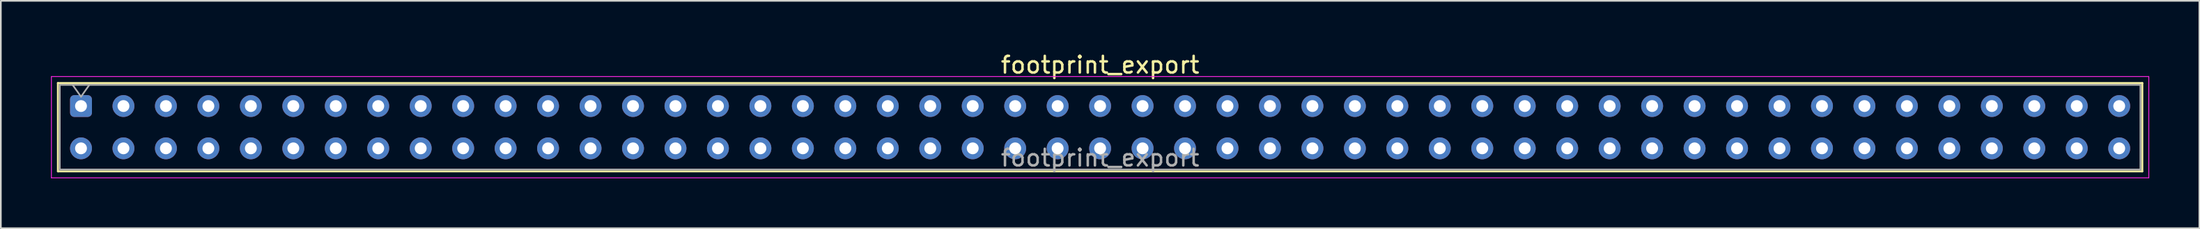
<source format=kicad_pcb>
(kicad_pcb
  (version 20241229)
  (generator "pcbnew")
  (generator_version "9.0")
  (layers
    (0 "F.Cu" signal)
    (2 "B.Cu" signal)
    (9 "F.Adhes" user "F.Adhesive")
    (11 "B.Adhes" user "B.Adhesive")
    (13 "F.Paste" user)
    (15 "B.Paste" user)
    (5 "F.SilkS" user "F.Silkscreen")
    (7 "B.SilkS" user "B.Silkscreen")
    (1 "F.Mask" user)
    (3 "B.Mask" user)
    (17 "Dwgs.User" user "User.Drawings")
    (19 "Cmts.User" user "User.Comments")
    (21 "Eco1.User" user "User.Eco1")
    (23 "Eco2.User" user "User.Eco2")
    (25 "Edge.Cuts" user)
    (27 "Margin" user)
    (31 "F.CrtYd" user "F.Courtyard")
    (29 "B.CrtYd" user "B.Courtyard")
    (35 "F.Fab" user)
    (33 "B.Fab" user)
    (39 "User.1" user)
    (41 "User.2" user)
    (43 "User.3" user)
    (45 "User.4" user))
  (footprint "footprint_export"
    (layer "F.Cu")
    (at 1.795 3.318)
    (property "Reference" "footprint_export" (at 60.96 -2.47 0) (layer "F.SilkS") (effects (font (size 1 1) (thickness 0.15))))
    (attr through_hole)
    (fp_line (start -1.38 -1.38) (end 123.3 -1.38) (stroke (width 0.12) (type solid)) (layer "F.SilkS"))
    (fp_line (start -1.38 3.92) (end -1.38 -1.38) (stroke (width 0.12) (type solid)) (layer "F.SilkS"))
    (fp_line (start 123.3 -1.38) (end 123.3 3.92) (stroke (width 0.12) (type solid)) (layer "F.SilkS"))
    (fp_line (start 123.3 3.92) (end -1.38 3.92) (stroke (width 0.12) (type solid)) (layer "F.SilkS"))
    (fp_line (start -1.77 -1.77) (end 123.69 -1.77) (stroke (width 0.05) (type solid)) (layer "F.CrtYd"))
    (fp_line (start -1.77 4.31) (end -1.77 -1.77) (stroke (width 0.05) (type solid)) (layer "F.CrtYd"))
    (fp_line (start 123.69 -1.77) (end 123.69 4.31) (stroke (width 0.05) (type solid)) (layer "F.CrtYd"))
    (fp_line (start 123.69 4.31) (end -1.77 4.31) (stroke (width 0.05) (type solid)) (layer "F.CrtYd"))
    (fp_line (start -1.27 -1.27) (end 123.19 -1.27) (stroke (width 0.1) (type solid)) (layer "F.Fab"))
    (fp_line (start -1.27 3.81) (end -1.27 -1.27) (stroke (width 0.1) (type solid)) (layer "F.Fab"))
    (fp_line (start -0.5 -1.27) (end 0 -0.563) (stroke (width 0.1) (type solid)) (layer "F.Fab"))
    (fp_line (start 0 -0.563) (end 0.5 -1.27) (stroke (width 0.1) (type solid)) (layer "F.Fab"))
    (fp_line (start 123.19 -1.27) (end 123.19 3.81) (stroke (width 0.1) (type solid)) (layer "F.Fab"))
    (fp_line (start 123.19 3.81) (end -1.27 3.81) (stroke (width 0.1) (type solid)) (layer "F.Fab"))
    (fp_text user "${REFERENCE}" (at 60.96 3.11 0) (layer "F.Fab") (effects (font (size 1 1) (thickness 0.15))))
    (pad "1" thru_hole roundrect (at 0 0) (size 1.31 1.31) (drill 0.71) (layers "*.Cu" "*.Mask") (roundrect_rratio 0.191))
    (pad "2" thru_hole circle (at 0 2.54) (size 1.31 1.31) (drill 0.71) (layers "*.Cu" "*.Mask"))
    (pad "3" thru_hole circle (at 2.54 0) (size 1.31 1.31) (drill 0.71) (layers "*.Cu" "*.Mask"))
    (pad "4" thru_hole circle (at 2.54 2.54) (size 1.31 1.31) (drill 0.71) (layers "*.Cu" "*.Mask"))
    (pad "5" thru_hole circle (at 5.08 0) (size 1.31 1.31) (drill 0.71) (layers "*.Cu" "*.Mask"))
    (pad "6" thru_hole circle (at 5.08 2.54) (size 1.31 1.31) (drill 0.71) (layers "*.Cu" "*.Mask"))
    (pad "7" thru_hole circle (at 7.62 0) (size 1.31 1.31) (drill 0.71) (layers "*.Cu" "*.Mask"))
    (pad "8" thru_hole circle (at 7.62 2.54) (size 1.31 1.31) (drill 0.71) (layers "*.Cu" "*.Mask"))
    (pad "9" thru_hole circle (at 10.16 0) (size 1.31 1.31) (drill 0.71) (layers "*.Cu" "*.Mask"))
    (pad "10" thru_hole circle (at 10.16 2.54) (size 1.31 1.31) (drill 0.71) (layers "*.Cu" "*.Mask"))
    (pad "11" thru_hole circle (at 12.7 0) (size 1.31 1.31) (drill 0.71) (layers "*.Cu" "*.Mask"))
    (pad "12" thru_hole circle (at 12.7 2.54) (size 1.31 1.31) (drill 0.71) (layers "*.Cu" "*.Mask"))
    (pad "13" thru_hole circle (at 15.24 0) (size 1.31 1.31) (drill 0.71) (layers "*.Cu" "*.Mask"))
    (pad "14" thru_hole circle (at 15.24 2.54) (size 1.31 1.31) (drill 0.71) (layers "*.Cu" "*.Mask"))
    (pad "15" thru_hole circle (at 17.78 0) (size 1.31 1.31) (drill 0.71) (layers "*.Cu" "*.Mask"))
    (pad "16" thru_hole circle (at 17.78 2.54) (size 1.31 1.31) (drill 0.71) (layers "*.Cu" "*.Mask"))
    (pad "17" thru_hole circle (at 20.32 0) (size 1.31 1.31) (drill 0.71) (layers "*.Cu" "*.Mask"))
    (pad "18" thru_hole circle (at 20.32 2.54) (size 1.31 1.31) (drill 0.71) (layers "*.Cu" "*.Mask"))
    (pad "19" thru_hole circle (at 22.86 0) (size 1.31 1.31) (drill 0.71) (layers "*.Cu" "*.Mask"))
    (pad "20" thru_hole circle (at 22.86 2.54) (size 1.31 1.31) (drill 0.71) (layers "*.Cu" "*.Mask"))
    (pad "21" thru_hole circle (at 25.4 0) (size 1.31 1.31) (drill 0.71) (layers "*.Cu" "*.Mask"))
    (pad "22" thru_hole circle (at 25.4 2.54) (size 1.31 1.31) (drill 0.71) (layers "*.Cu" "*.Mask"))
    (pad "23" thru_hole circle (at 27.94 0) (size 1.31 1.31) (drill 0.71) (layers "*.Cu" "*.Mask"))
    (pad "24" thru_hole circle (at 27.94 2.54) (size 1.31 1.31) (drill 0.71) (layers "*.Cu" "*.Mask"))
    (pad "25" thru_hole circle (at 30.48 0) (size 1.31 1.31) (drill 0.71) (layers "*.Cu" "*.Mask"))
    (pad "26" thru_hole circle (at 30.48 2.54) (size 1.31 1.31) (drill 0.71) (layers "*.Cu" "*.Mask"))
    (pad "27" thru_hole circle (at 33.02 0) (size 1.31 1.31) (drill 0.71) (layers "*.Cu" "*.Mask"))
    (pad "28" thru_hole circle (at 33.02 2.54) (size 1.31 1.31) (drill 0.71) (layers "*.Cu" "*.Mask"))
    (pad "29" thru_hole circle (at 35.56 0) (size 1.31 1.31) (drill 0.71) (layers "*.Cu" "*.Mask"))
    (pad "30" thru_hole circle (at 35.56 2.54) (size 1.31 1.31) (drill 0.71) (layers "*.Cu" "*.Mask"))
    (pad "31" thru_hole circle (at 38.1 0) (size 1.31 1.31) (drill 0.71) (layers "*.Cu" "*.Mask"))
    (pad "32" thru_hole circle (at 38.1 2.54) (size 1.31 1.31) (drill 0.71) (layers "*.Cu" "*.Mask"))
    (pad "33" thru_hole circle (at 40.64 0) (size 1.31 1.31) (drill 0.71) (layers "*.Cu" "*.Mask"))
    (pad "34" thru_hole circle (at 40.64 2.54) (size 1.31 1.31) (drill 0.71) (layers "*.Cu" "*.Mask"))
    (pad "35" thru_hole circle (at 43.18 0) (size 1.31 1.31) (drill 0.71) (layers "*.Cu" "*.Mask"))
    (pad "36" thru_hole circle (at 43.18 2.54) (size 1.31 1.31) (drill 0.71) (layers "*.Cu" "*.Mask"))
    (pad "37" thru_hole circle (at 45.72 0) (size 1.31 1.31) (drill 0.71) (layers "*.Cu" "*.Mask"))
    (pad "38" thru_hole circle (at 45.72 2.54) (size 1.31 1.31) (drill 0.71) (layers "*.Cu" "*.Mask"))
    (pad "39" thru_hole circle (at 48.26 0) (size 1.31 1.31) (drill 0.71) (layers "*.Cu" "*.Mask"))
    (pad "40" thru_hole circle (at 48.26 2.54) (size 1.31 1.31) (drill 0.71) (layers "*.Cu" "*.Mask"))
    (pad "41" thru_hole circle (at 50.8 0) (size 1.31 1.31) (drill 0.71) (layers "*.Cu" "*.Mask"))
    (pad "42" thru_hole circle (at 50.8 2.54) (size 1.31 1.31) (drill 0.71) (layers "*.Cu" "*.Mask"))
    (pad "43" thru_hole circle (at 53.34 0) (size 1.31 1.31) (drill 0.71) (layers "*.Cu" "*.Mask"))
    (pad "44" thru_hole circle (at 53.34 2.54) (size 1.31 1.31) (drill 0.71) (layers "*.Cu" "*.Mask"))
    (pad "45" thru_hole circle (at 55.88 0) (size 1.31 1.31) (drill 0.71) (layers "*.Cu" "*.Mask"))
    (pad "46" thru_hole circle (at 55.88 2.54) (size 1.31 1.31) (drill 0.71) (layers "*.Cu" "*.Mask"))
    (pad "47" thru_hole circle (at 58.42 0) (size 1.31 1.31) (drill 0.71) (layers "*.Cu" "*.Mask"))
    (pad "48" thru_hole circle (at 58.42 2.54) (size 1.31 1.31) (drill 0.71) (layers "*.Cu" "*.Mask"))
    (pad "49" thru_hole circle (at 60.96 0) (size 1.31 1.31) (drill 0.71) (layers "*.Cu" "*.Mask"))
    (pad "50" thru_hole circle (at 60.96 2.54) (size 1.31 1.31) (drill 0.71) (layers "*.Cu" "*.Mask"))
    (pad "51" thru_hole circle (at 63.5 0) (size 1.31 1.31) (drill 0.71) (layers "*.Cu" "*.Mask"))
    (pad "52" thru_hole circle (at 63.5 2.54) (size 1.31 1.31) (drill 0.71) (layers "*.Cu" "*.Mask"))
    (pad "53" thru_hole circle (at 66.04 0) (size 1.31 1.31) (drill 0.71) (layers "*.Cu" "*.Mask"))
    (pad "54" thru_hole circle (at 66.04 2.54) (size 1.31 1.31) (drill 0.71) (layers "*.Cu" "*.Mask"))
    (pad "55" thru_hole circle (at 68.58 0) (size 1.31 1.31) (drill 0.71) (layers "*.Cu" "*.Mask"))
    (pad "56" thru_hole circle (at 68.58 2.54) (size 1.31 1.31) (drill 0.71) (layers "*.Cu" "*.Mask"))
    (pad "57" thru_hole circle (at 71.12 0) (size 1.31 1.31) (drill 0.71) (layers "*.Cu" "*.Mask"))
    (pad "58" thru_hole circle (at 71.12 2.54) (size 1.31 1.31) (drill 0.71) (layers "*.Cu" "*.Mask"))
    (pad "59" thru_hole circle (at 73.66 0) (size 1.31 1.31) (drill 0.71) (layers "*.Cu" "*.Mask"))
    (pad "60" thru_hole circle (at 73.66 2.54) (size 1.31 1.31) (drill 0.71) (layers "*.Cu" "*.Mask"))
    (pad "61" thru_hole circle (at 76.2 0) (size 1.31 1.31) (drill 0.71) (layers "*.Cu" "*.Mask"))
    (pad "62" thru_hole circle (at 76.2 2.54) (size 1.31 1.31) (drill 0.71) (layers "*.Cu" "*.Mask"))
    (pad "63" thru_hole circle (at 78.74 0) (size 1.31 1.31) (drill 0.71) (layers "*.Cu" "*.Mask"))
    (pad "64" thru_hole circle (at 78.74 2.54) (size 1.31 1.31) (drill 0.71) (layers "*.Cu" "*.Mask"))
    (pad "65" thru_hole circle (at 81.28 0) (size 1.31 1.31) (drill 0.71) (layers "*.Cu" "*.Mask"))
    (pad "66" thru_hole circle (at 81.28 2.54) (size 1.31 1.31) (drill 0.71) (layers "*.Cu" "*.Mask"))
    (pad "67" thru_hole circle (at 83.82 0) (size 1.31 1.31) (drill 0.71) (layers "*.Cu" "*.Mask"))
    (pad "68" thru_hole circle (at 83.82 2.54) (size 1.31 1.31) (drill 0.71) (layers "*.Cu" "*.Mask"))
    (pad "69" thru_hole circle (at 86.36 0) (size 1.31 1.31) (drill 0.71) (layers "*.Cu" "*.Mask"))
    (pad "70" thru_hole circle (at 86.36 2.54) (size 1.31 1.31) (drill 0.71) (layers "*.Cu" "*.Mask"))
    (pad "71" thru_hole circle (at 88.9 0) (size 1.31 1.31) (drill 0.71) (layers "*.Cu" "*.Mask"))
    (pad "72" thru_hole circle (at 88.9 2.54) (size 1.31 1.31) (drill 0.71) (layers "*.Cu" "*.Mask"))
    (pad "73" thru_hole circle (at 91.44 0) (size 1.31 1.31) (drill 0.71) (layers "*.Cu" "*.Mask"))
    (pad "74" thru_hole circle (at 91.44 2.54) (size 1.31 1.31) (drill 0.71) (layers "*.Cu" "*.Mask"))
    (pad "75" thru_hole circle (at 93.98 0) (size 1.31 1.31) (drill 0.71) (layers "*.Cu" "*.Mask"))
    (pad "76" thru_hole circle (at 93.98 2.54) (size 1.31 1.31) (drill 0.71) (layers "*.Cu" "*.Mask"))
    (pad "77" thru_hole circle (at 96.52 0) (size 1.31 1.31) (drill 0.71) (layers "*.Cu" "*.Mask"))
    (pad "78" thru_hole circle (at 96.52 2.54) (size 1.31 1.31) (drill 0.71) (layers "*.Cu" "*.Mask"))
    (pad "79" thru_hole circle (at 99.06 0) (size 1.31 1.31) (drill 0.71) (layers "*.Cu" "*.Mask"))
    (pad "80" thru_hole circle (at 99.06 2.54) (size 1.31 1.31) (drill 0.71) (layers "*.Cu" "*.Mask"))
    (pad "81" thru_hole circle (at 101.6 0) (size 1.31 1.31) (drill 0.71) (layers "*.Cu" "*.Mask"))
    (pad "82" thru_hole circle (at 101.6 2.54) (size 1.31 1.31) (drill 0.71) (layers "*.Cu" "*.Mask"))
    (pad "83" thru_hole circle (at 104.14 0) (size 1.31 1.31) (drill 0.71) (layers "*.Cu" "*.Mask"))
    (pad "84" thru_hole circle (at 104.14 2.54) (size 1.31 1.31) (drill 0.71) (layers "*.Cu" "*.Mask"))
    (pad "85" thru_hole circle (at 106.68 0) (size 1.31 1.31) (drill 0.71) (layers "*.Cu" "*.Mask"))
    (pad "86" thru_hole circle (at 106.68 2.54) (size 1.31 1.31) (drill 0.71) (layers "*.Cu" "*.Mask"))
    (pad "87" thru_hole circle (at 109.22 0) (size 1.31 1.31) (drill 0.71) (layers "*.Cu" "*.Mask"))
    (pad "88" thru_hole circle (at 109.22 2.54) (size 1.31 1.31) (drill 0.71) (layers "*.Cu" "*.Mask"))
    (pad "89" thru_hole circle (at 111.76 0) (size 1.31 1.31) (drill 0.71) (layers "*.Cu" "*.Mask"))
    (pad "90" thru_hole circle (at 111.76 2.54) (size 1.31 1.31) (drill 0.71) (layers "*.Cu" "*.Mask"))
    (pad "91" thru_hole circle (at 114.3 0) (size 1.31 1.31) (drill 0.71) (layers "*.Cu" "*.Mask"))
    (pad "92" thru_hole circle (at 114.3 2.54) (size 1.31 1.31) (drill 0.71) (layers "*.Cu" "*.Mask"))
    (pad "93" thru_hole circle (at 116.84 0) (size 1.31 1.31) (drill 0.71) (layers "*.Cu" "*.Mask"))
    (pad "94" thru_hole circle (at 116.84 2.54) (size 1.31 1.31) (drill 0.71) (layers "*.Cu" "*.Mask"))
    (pad "95" thru_hole circle (at 119.38 0) (size 1.31 1.31) (drill 0.71) (layers "*.Cu" "*.Mask"))
    (pad "96" thru_hole circle (at 119.38 2.54) (size 1.31 1.31) (drill 0.71) (layers "*.Cu" "*.Mask"))
    (pad "97" thru_hole circle (at 121.92 0) (size 1.31 1.31) (drill 0.71) (layers "*.Cu" "*.Mask"))
    (pad "98" thru_hole circle (at 121.92 2.54) (size 1.31 1.31) (drill 0.71) (layers "*.Cu" "*.Mask")))
  (gr_rect
    (start -3 -3)
    (end 128.51 10.653)
    (stroke (width 0.1) (type default))
    (fill no)
    (layer "Edge.Cuts")))
</source>
